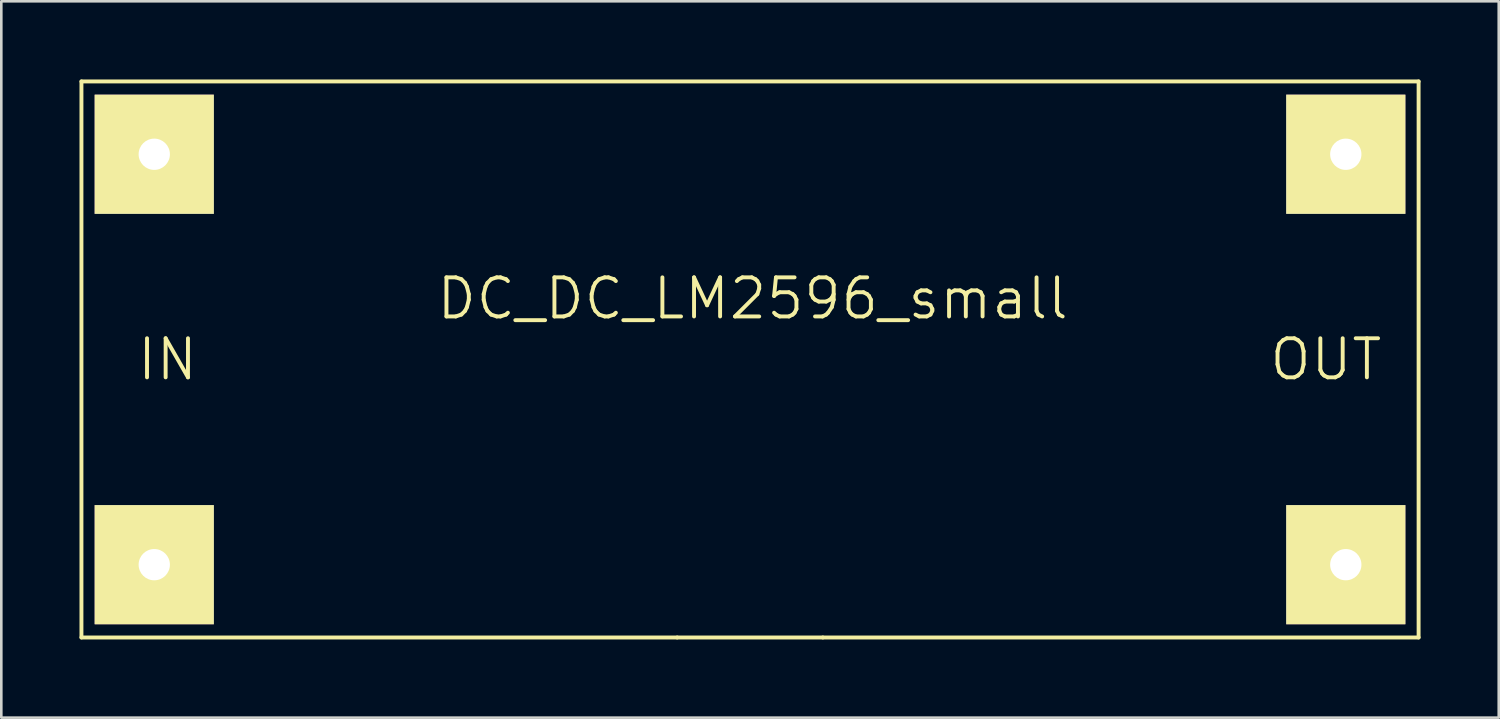
<source format=kicad_pcb>
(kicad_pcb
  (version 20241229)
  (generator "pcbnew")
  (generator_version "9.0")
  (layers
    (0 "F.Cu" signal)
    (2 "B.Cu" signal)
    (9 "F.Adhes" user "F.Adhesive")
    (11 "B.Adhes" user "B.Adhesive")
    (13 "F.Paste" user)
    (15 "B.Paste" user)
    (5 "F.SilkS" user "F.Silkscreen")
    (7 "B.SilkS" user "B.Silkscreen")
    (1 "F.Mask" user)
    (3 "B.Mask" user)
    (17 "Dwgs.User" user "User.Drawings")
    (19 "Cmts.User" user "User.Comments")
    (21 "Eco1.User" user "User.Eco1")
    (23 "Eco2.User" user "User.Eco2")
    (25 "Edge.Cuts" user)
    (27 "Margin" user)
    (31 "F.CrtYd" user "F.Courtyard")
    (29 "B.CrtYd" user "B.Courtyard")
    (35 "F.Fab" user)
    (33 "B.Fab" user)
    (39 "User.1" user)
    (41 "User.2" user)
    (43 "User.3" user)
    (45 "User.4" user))
  (footprint "DC_DC_LM2596_small"
    (layer "F.Cu")
    (at 25.729 10.743)
    (property "Reference" "DC_DC_LM2596_small" (at 0.102 -2.337 0) (layer "F.SilkS") (effects (font (size 1.5 1.5) (thickness 0.15))))
    (attr through_hole)
    (fp_line (start -25.654 -10.668) (end 25.654 -10.668) (stroke (width 0.15) (type solid)) (layer "F.SilkS"))
    (fp_line (start -25.654 10.668) (end -25.654 -10.668) (stroke (width 0.15) (type solid)) (layer "F.SilkS"))
    (fp_line (start -25.654 10.668) (end -2.794 10.668) (stroke (width 0.15) (type solid)) (layer "F.SilkS"))
    (fp_line (start 2.794 10.668) (end -2.794 10.668) (stroke (width 0.15) (type solid)) (layer "F.SilkS"))
    (fp_line (start 2.794 10.668) (end 25.654 10.668) (stroke (width 0.15) (type solid)) (layer "F.SilkS"))
    (fp_line (start 25.654 10.668) (end 25.654 -10.668) (stroke (width 0.15) (type solid)) (layer "F.SilkS"))
    (fp_text user "OUT" (at 22.098 0 0) (layer "F.SilkS") (effects (font (size 1.5 1.5) (thickness 0.15))))
    (fp_text user "IN" (at -22.352 0 0) (layer "F.SilkS") (effects (font (size 1.5 1.5) (thickness 0.15))))
    (pad "1" thru_hole rect (at -22.86 -7.874) (size 4.572 4.572) (drill 1.2) (layers "*.Cu" "*.Mask" "F.SilkS"))
    (pad "2" thru_hole rect (at -22.86 7.874) (size 4.572 4.572) (drill 1.2) (layers "*.Cu" "*.Mask" "F.SilkS"))
    (pad "3" thru_hole rect (at 22.86 7.874) (size 4.572 4.572) (drill 1.2) (layers "*.Cu" "*.Mask" "F.SilkS"))
    (pad "4" thru_hole rect (at 22.86 -7.874) (size 4.572 4.572) (drill 1.2) (layers "*.Cu" "*.Mask" "F.SilkS")))
  (gr_rect
    (start -3 -3)
    (end 54.458 24.486)
    (stroke (width 0.1) (type default))
    (fill no)
    (layer "Edge.Cuts")))
</source>
